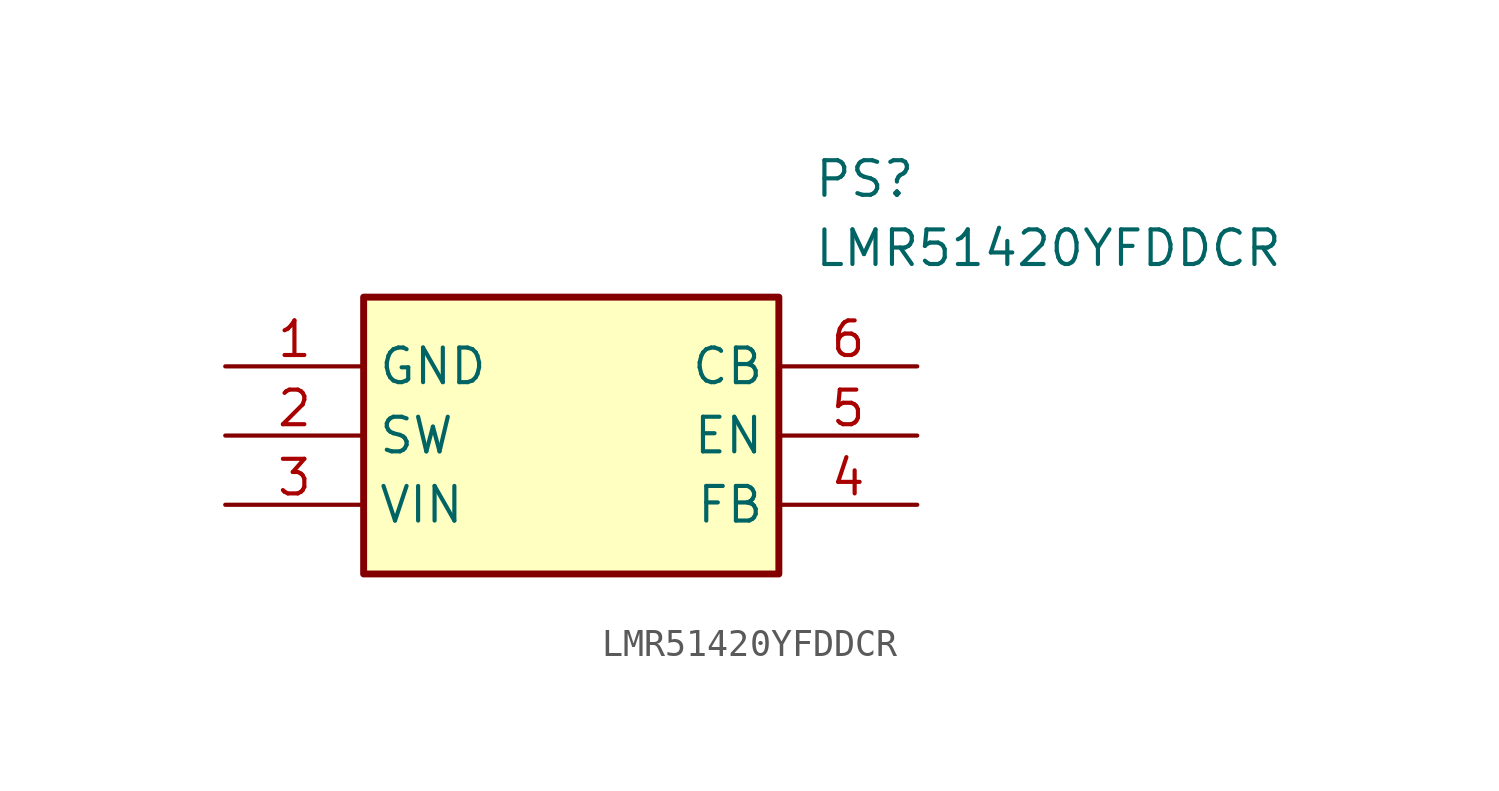
<source format=kicad_sym>
(kicad_symbol_lib
  (version 20211014)
  (generator SamacSys_ECAD_Model)
  (symbol "LMR51420YFDDCR"
    (property "Reference" "PS"
      (at 21.59 7.62 0)
      (effects (font (size 1.27 1.27)) (justify left top)))
    (property "Value" "LMR51420YFDDCR"
      (at 21.59 5.08 0)
      (effects (font (size 1.27 1.27)) (justify left top)))
    (rectangle
      (start 5.08 2.54)
      (end 20.32 -7.62)
      (stroke (width 0.254) (type default))
      (fill (type background)))
    (pin power_in line
      (at 0 0 0)
      (length 5.08)
      (name "GND" (effects (font (size 1.27 1.27))))
      (number "1" (effects (font (size 1.27 1.27)))))
    (pin power_in line
      (at 0 -2.54 0)
      (length 5.08)
      (name "SW" (effects (font (size 1.27 1.27))))
      (number "2" (effects (font (size 1.27 1.27)))))
    (pin power_in line
      (at 0 -5.08 0)
      (length 5.08)
      (name "VIN" (effects (font (size 1.27 1.27))))
      (number "3" (effects (font (size 1.27 1.27)))))
    (pin power_in line
      (at 25.4 0 180)
      (length 5.08)
      (name "CB" (effects (font (size 1.27 1.27))))
      (number "6" (effects (font (size 1.27 1.27)))))
    (pin input line
      (at 25.4 -2.54 180)
      (length 5.08)
      (name "EN" (effects (font (size 1.27 1.27))))
      (number "5" (effects (font (size 1.27 1.27)))))
    (pin input line
      (at 25.4 -5.08 180)
      (length 5.08)
      (name "FB" (effects (font (size 1.27 1.27))))
      (number "4" (effects (font (size 1.27 1.27)))))))
</source>
